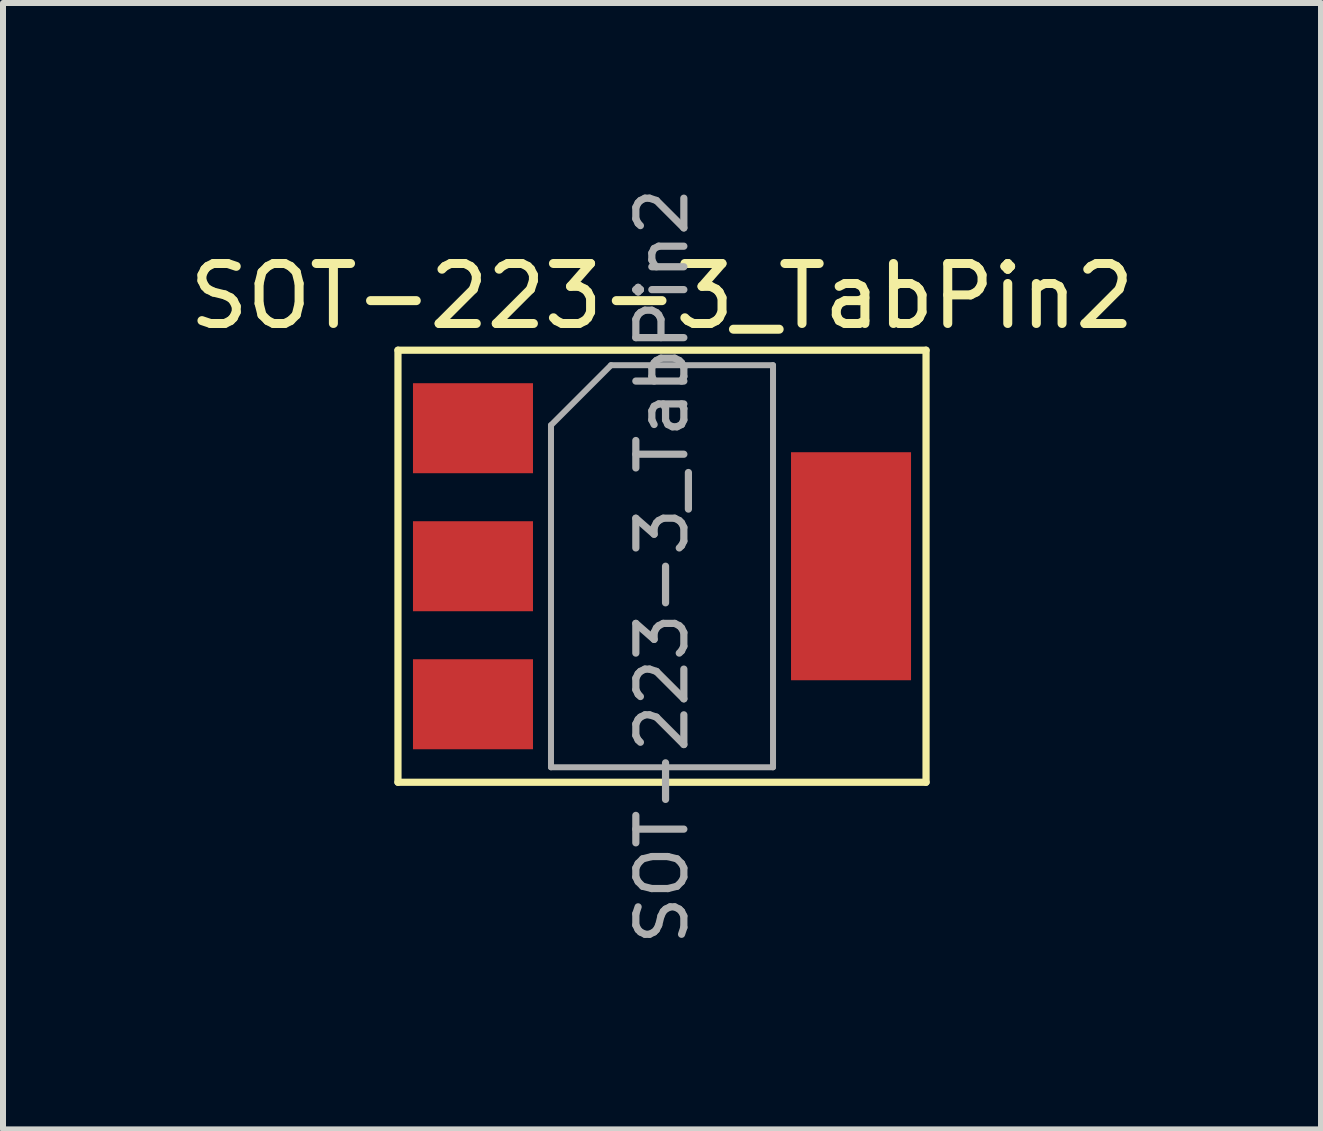
<source format=kicad_pcb>
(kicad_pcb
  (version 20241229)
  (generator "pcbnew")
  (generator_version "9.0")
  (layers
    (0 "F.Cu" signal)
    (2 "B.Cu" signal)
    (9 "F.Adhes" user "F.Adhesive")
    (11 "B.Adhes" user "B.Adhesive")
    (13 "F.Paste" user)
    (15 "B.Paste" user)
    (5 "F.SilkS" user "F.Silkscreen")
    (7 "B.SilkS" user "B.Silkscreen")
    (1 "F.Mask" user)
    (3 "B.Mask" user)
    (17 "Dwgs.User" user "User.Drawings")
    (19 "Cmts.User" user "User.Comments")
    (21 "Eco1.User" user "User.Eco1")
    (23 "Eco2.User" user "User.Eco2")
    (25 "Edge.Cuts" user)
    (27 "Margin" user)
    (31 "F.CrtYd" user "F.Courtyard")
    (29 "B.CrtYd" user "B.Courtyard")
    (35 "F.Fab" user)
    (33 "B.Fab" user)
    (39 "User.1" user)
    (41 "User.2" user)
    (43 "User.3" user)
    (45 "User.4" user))
  (footprint "SOT-223-3_TabPin2"
    (layer "F.Cu")
    (at 7.982 6.386)
    (property "Reference" "SOT-223-3_TabPin2" (at 0 -4.5 0) (layer "F.SilkS") (effects (font (size 1 1) (thickness 0.15))))
    (attr smd)
    (fp_line (start -4.4 -3.6) (end -4.4 3.6) (stroke (width 0.12) (type solid)) (layer "F.SilkS"))
    (fp_line (start -4.4 3.6) (end 4.4 3.6) (stroke (width 0.12) (type solid)) (layer "F.SilkS"))
    (fp_line (start 4.4 -3.6) (end -4.4 -3.6) (stroke (width 0.12) (type solid)) (layer "F.SilkS"))
    (fp_line (start 4.4 3.6) (end 4.4 -3.6) (stroke (width 0.12) (type solid)) (layer "F.SilkS"))
    (fp_line (start -1.85 -2.35) (end -1.85 3.35) (stroke (width 0.1) (type solid)) (layer "F.Fab"))
    (fp_line (start -1.85 -2.35) (end -0.85 -3.35) (stroke (width 0.1) (type solid)) (layer "F.Fab"))
    (fp_line (start -1.85 3.35) (end 1.85 3.35) (stroke (width 0.1) (type solid)) (layer "F.Fab"))
    (fp_line (start -0.85 -3.35) (end 1.85 -3.35) (stroke (width 0.1) (type solid)) (layer "F.Fab"))
    (fp_line (start 1.85 -3.35) (end 1.85 3.35) (stroke (width 0.1) (type solid)) (layer "F.Fab"))
    (fp_text user "${REFERENCE}" (at 0 0 90) (layer "F.Fab") (effects (font (size 0.8 0.8) (thickness 0.12))))
    (pad "1" smd rect (at -3.15 -2.3) (size 2 1.5) (layers "F.Cu" "F.Mask" "F.Paste"))
    (pad "2" smd rect (at -3.15 0) (size 2 1.5) (layers "F.Cu" "F.Mask" "F.Paste"))
    (pad "2" smd rect (at 3.15 0) (size 2 3.8) (layers "F.Cu" "F.Mask" "F.Paste"))
    (pad "3" smd rect (at -3.15 2.3) (size 2 1.5) (layers "F.Cu" "F.Mask" "F.Paste")))
  (gr_rect
    (start -3 -3)
    (end 18.964 15.771)
    (stroke (width 0.1) (type default))
    (fill no)
    (layer "Edge.Cuts")))
</source>
